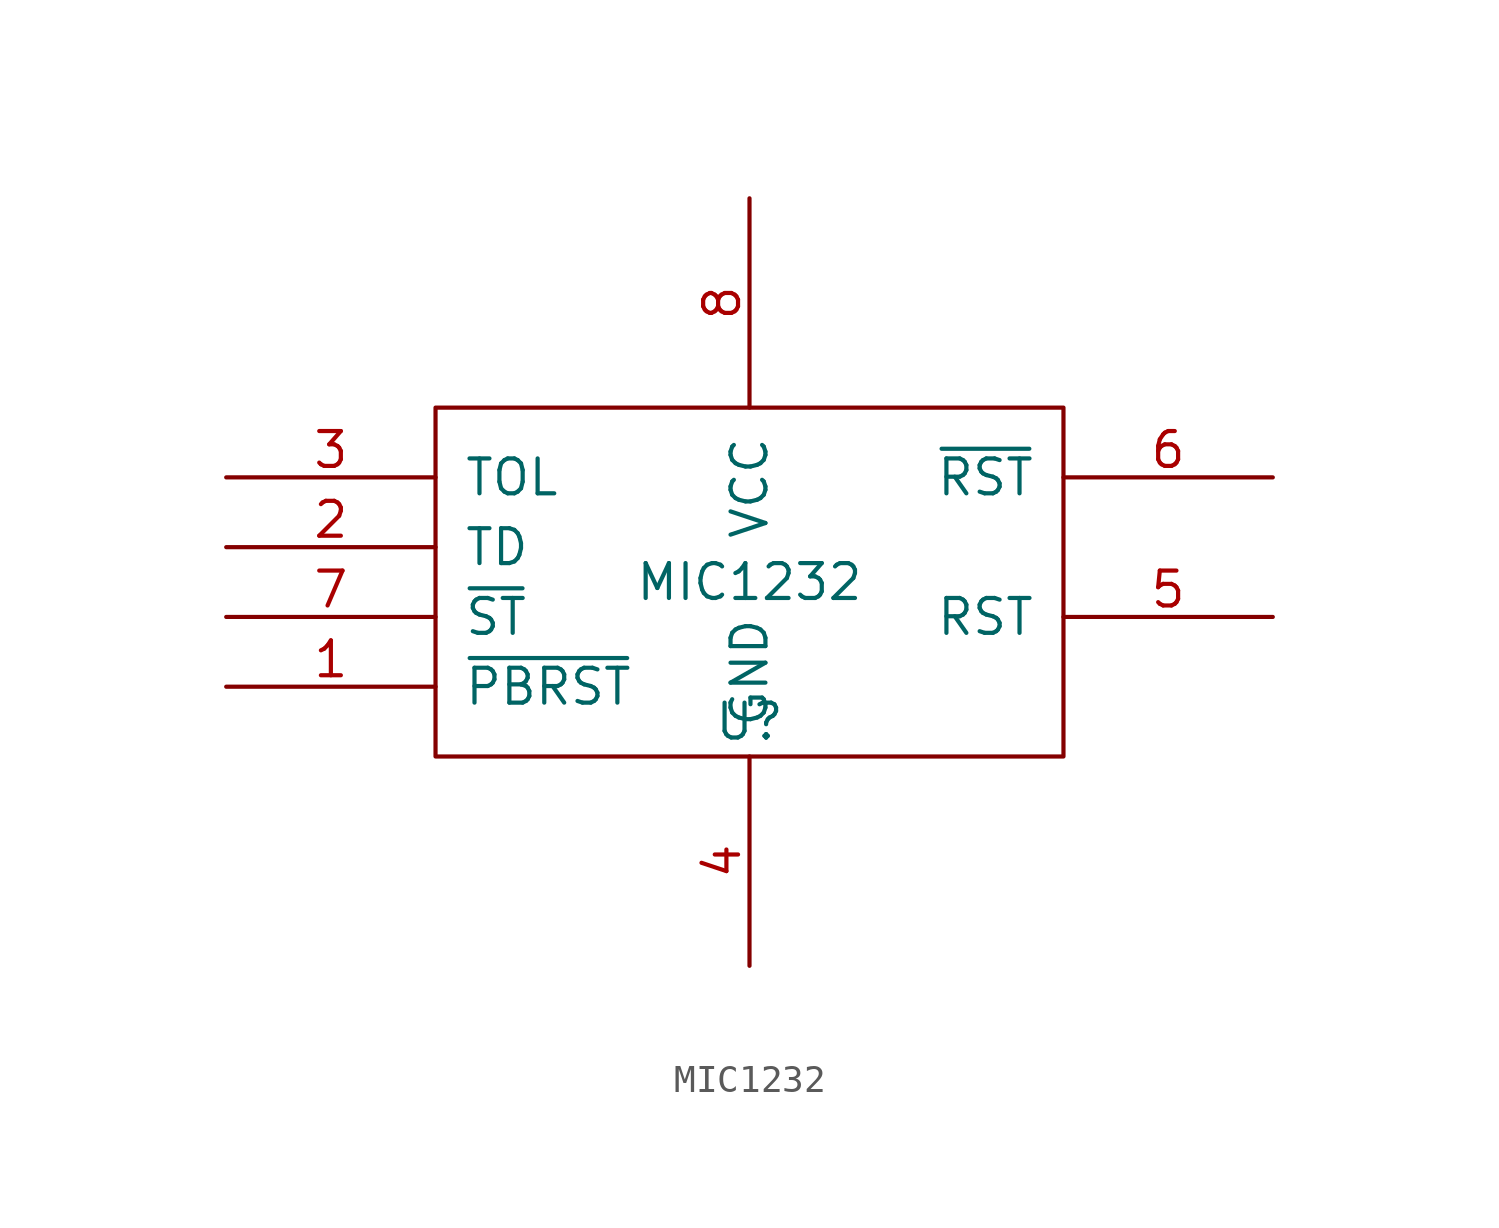
<source format=kicad_sym>
(kicad_symbol_lib
  (version 20220914)
  (generator kicad_symbol_editor)
  (symbol "MIC1232"
    (pin_names
      (offset 1.016))
    (property "Reference" "U"
      (at 0 -2.54 0)
      (effects (font (size 1.27 1.27))))
    (property "Value" "MIC1232"
      (at 0 2.54 0)
      (effects (font (size 1.27 1.27))))
    (symbol "MIC1232_1_0"
      (rectangle (start -11.43 8.89) (end 11.43 -3.81) (stroke (width 0) (type solid)) (fill (type none))))
    (symbol "MIC1232_1_1"
      (pin input line (at -19.05 -1.27 0) (length 7.62) (name "~{PBRST}" (effects (font (size 1.27 1.27)))) (number "1" (effects (font (size 1.27 1.27)))))
      (pin input line (at -19.05 3.81 0) (length 7.62) (name "TD" (effects (font (size 1.27 1.27)))) (number "2" (effects (font (size 1.27 1.27)))))
      (pin input line (at -19.05 6.35 0) (length 7.62) (name "TOL" (effects (font (size 1.27 1.27)))) (number "3" (effects (font (size 1.27 1.27)))))
      (pin power_in line (at 0 -11.43 90) (length 7.62) (name "GND" (effects (font (size 1.27 1.27)))) (number "4" (effects (font (size 1.27 1.27)))))
      (pin output line (at 19.05 1.27 180) (length 7.62) (name "RST" (effects (font (size 1.27 1.27)))) (number "5" (effects (font (size 1.27 1.27)))))
      (pin open_collector line (at 19.05 6.35 180) (length 7.62) (name "~{RST}" (effects (font (size 1.27 1.27)))) (number "6" (effects (font (size 1.27 1.27)))))
      (pin input line (at -19.05 1.27 0) (length 7.62) (name "~{ST}" (effects (font (size 1.27 1.27)))) (number "7" (effects (font (size 1.27 1.27)))))
      (pin power_in line (at 0 16.51 270) (length 7.62) (name "VCC" (effects (font (size 1.27 1.27)))) (number "8" (effects (font (size 1.27 1.27))))))))
</source>
